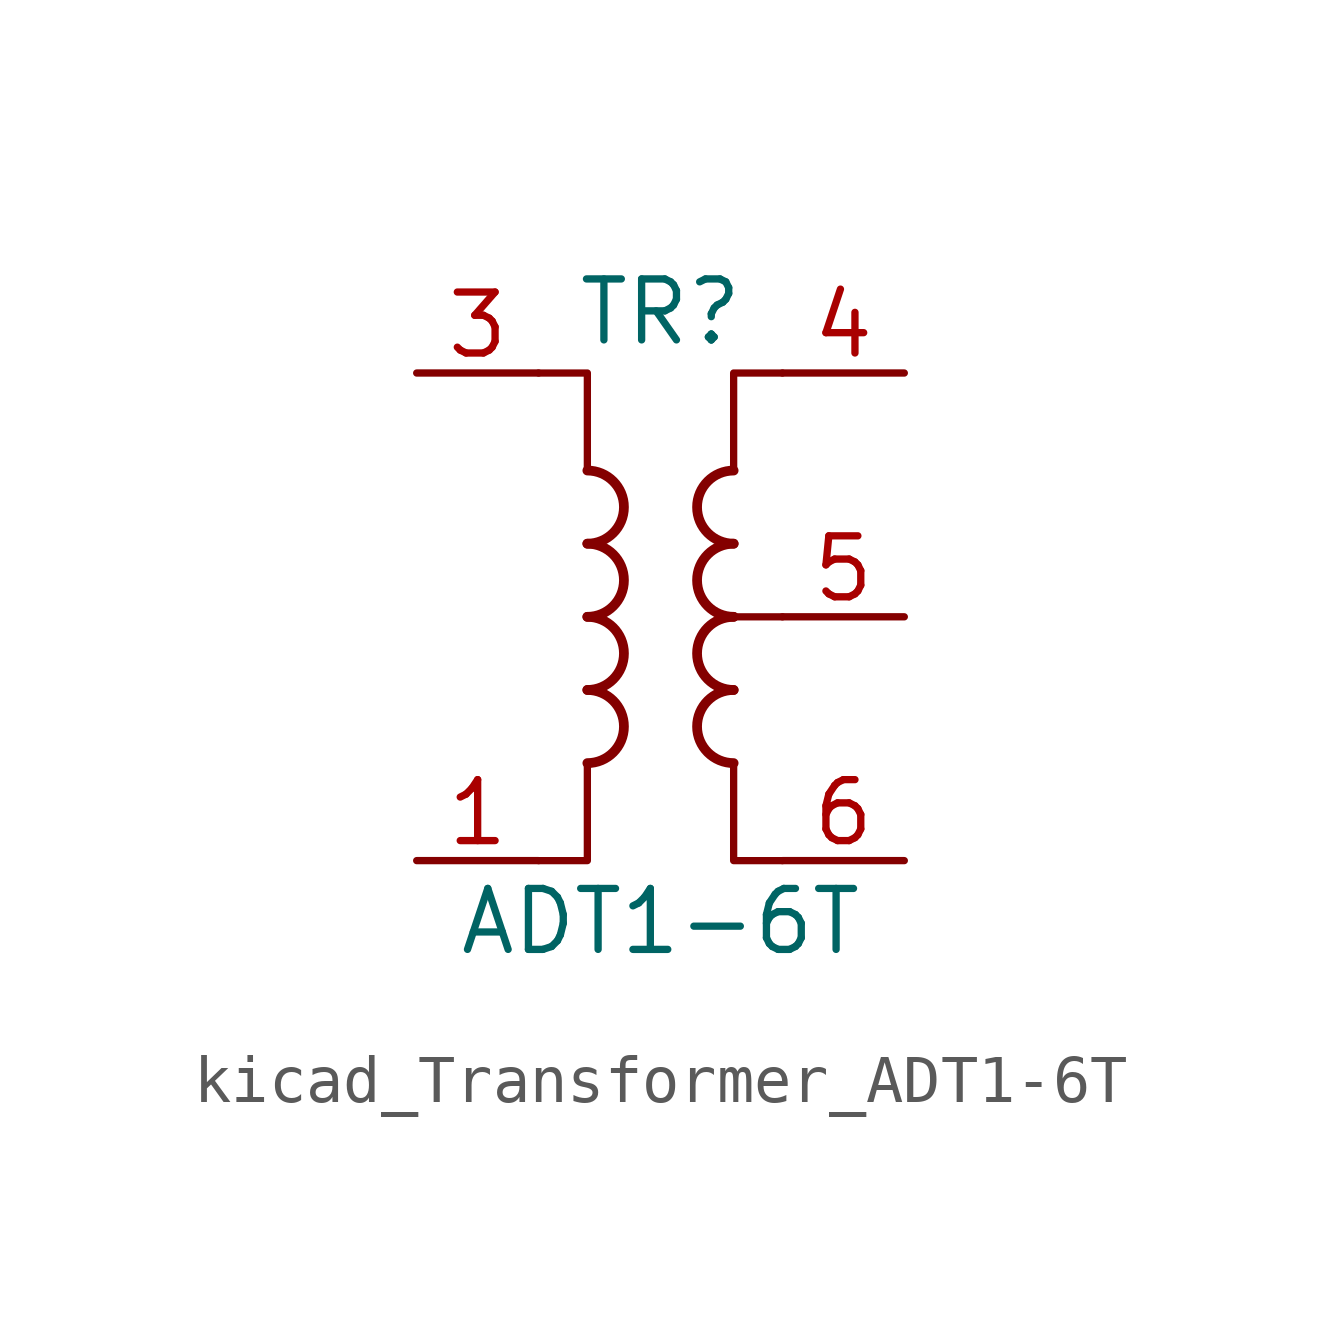
<source format=kicad_sym>
(kicad_symbol_lib
  (version 20220914)
  (generator kicad_symbol_editor)
  (symbol "kicad_Transformer_ADT1-6T"
    (pin_names hide)
    (property "Reference" "TR"
      (at 0 6.35 0)
      (effects (font (size 1.27 1.27))))
    (property "Value" "ADT1-6T"
      (at 0 -6.35 0)
      (effects (font (size 1.27 1.27))))
    (symbol "kicad_Transformer_ADT1-6T_0_1"
      (arc (start -1.524 -3.048) (mid -0.7653 -2.286) (end -1.524 -1.524) (stroke (width 0.2032) (type default)) (fill (type none)))
      (arc (start -1.524 -1.524) (mid -0.7653 -0.762) (end -1.524 0) (stroke (width 0.2032) (type default)) (fill (type none)))
      (arc (start -1.524 0) (mid -0.7653 0.762) (end -1.524 1.524) (stroke (width 0.2032) (type default)) (fill (type none)))
      (arc (start -1.524 1.524) (mid -0.7653 2.286) (end -1.524 3.048) (stroke (width 0.2032) (type default)) (fill (type none)))
      (polyline (pts (xy 2.54 0) (xy 1.27 0)) (stroke (width 0.152) (type default)) (fill (type none)))
      (polyline (pts (xy -2.54 5.08) (xy -1.524 5.08) (xy -1.524 3.048) (xy -1.524 3.048)) (stroke (width 0.152) (type default)) (fill (type none)))
      (polyline (pts (xy -1.524 -3.048) (xy -1.524 -5.08) (xy -2.54 -5.08) (xy -2.54 -5.08)) (stroke (width 0.152) (type default)) (fill (type none)))
      (polyline (pts (xy 1.524 3.048) (xy 1.524 5.08) (xy 2.54 5.08) (xy 2.54 5.08)) (stroke (width 0.152) (type default)) (fill (type none)))
      (polyline (pts (xy 2.54 -5.08) (xy 1.524 -5.08) (xy 1.524 -3.048) (xy 1.524 -3.048)) (stroke (width 0.152) (type default)) (fill (type none)))
      (arc (start 1.524 -1.524) (mid 0.7653 -2.286) (end 1.524 -3.048) (stroke (width 0.2032) (type default)) (fill (type none)))
      (arc (start 1.524 0) (mid 0.7653 -0.762) (end 1.524 -1.524) (stroke (width 0.2032) (type default)) (fill (type none)))
      (arc (start 1.524 1.524) (mid 0.7653 0.762) (end 1.524 0) (stroke (width 0.2032) (type default)) (fill (type none)))
      (arc (start 1.524 3.048) (mid 0.7653 2.286) (end 1.524 1.524) (stroke (width 0.2032) (type default)) (fill (type none))))
    (symbol "kicad_Transformer_ADT1-6T_1_1"
      (pin passive line (at -5.08 -5.08 0) (length 2.54) (name "~" (effects (font (size 1.27 1.27)))) (number "1" (effects (font (size 1.27 1.27)))))
      (pin passive line (at -5.08 5.08 0) (length 2.54) (name "~" (effects (font (size 1.27 1.27)))) (number "3" (effects (font (size 1.27 1.27)))))
      (pin passive line (at 5.08 5.08 180) (length 2.54) (name "~" (effects (font (size 1.27 1.27)))) (number "4" (effects (font (size 1.27 1.27)))))
      (pin passive line (at 5.08 0 180) (length 2.54) (name "~" (effects (font (size 1.27 1.27)))) (number "5" (effects (font (size 1.27 1.27)))))
      (pin passive line (at 5.08 -5.08 180) (length 2.54) (name "~" (effects (font (size 1.27 1.27)))) (number "6" (effects (font (size 1.27 1.27))))))))
</source>
